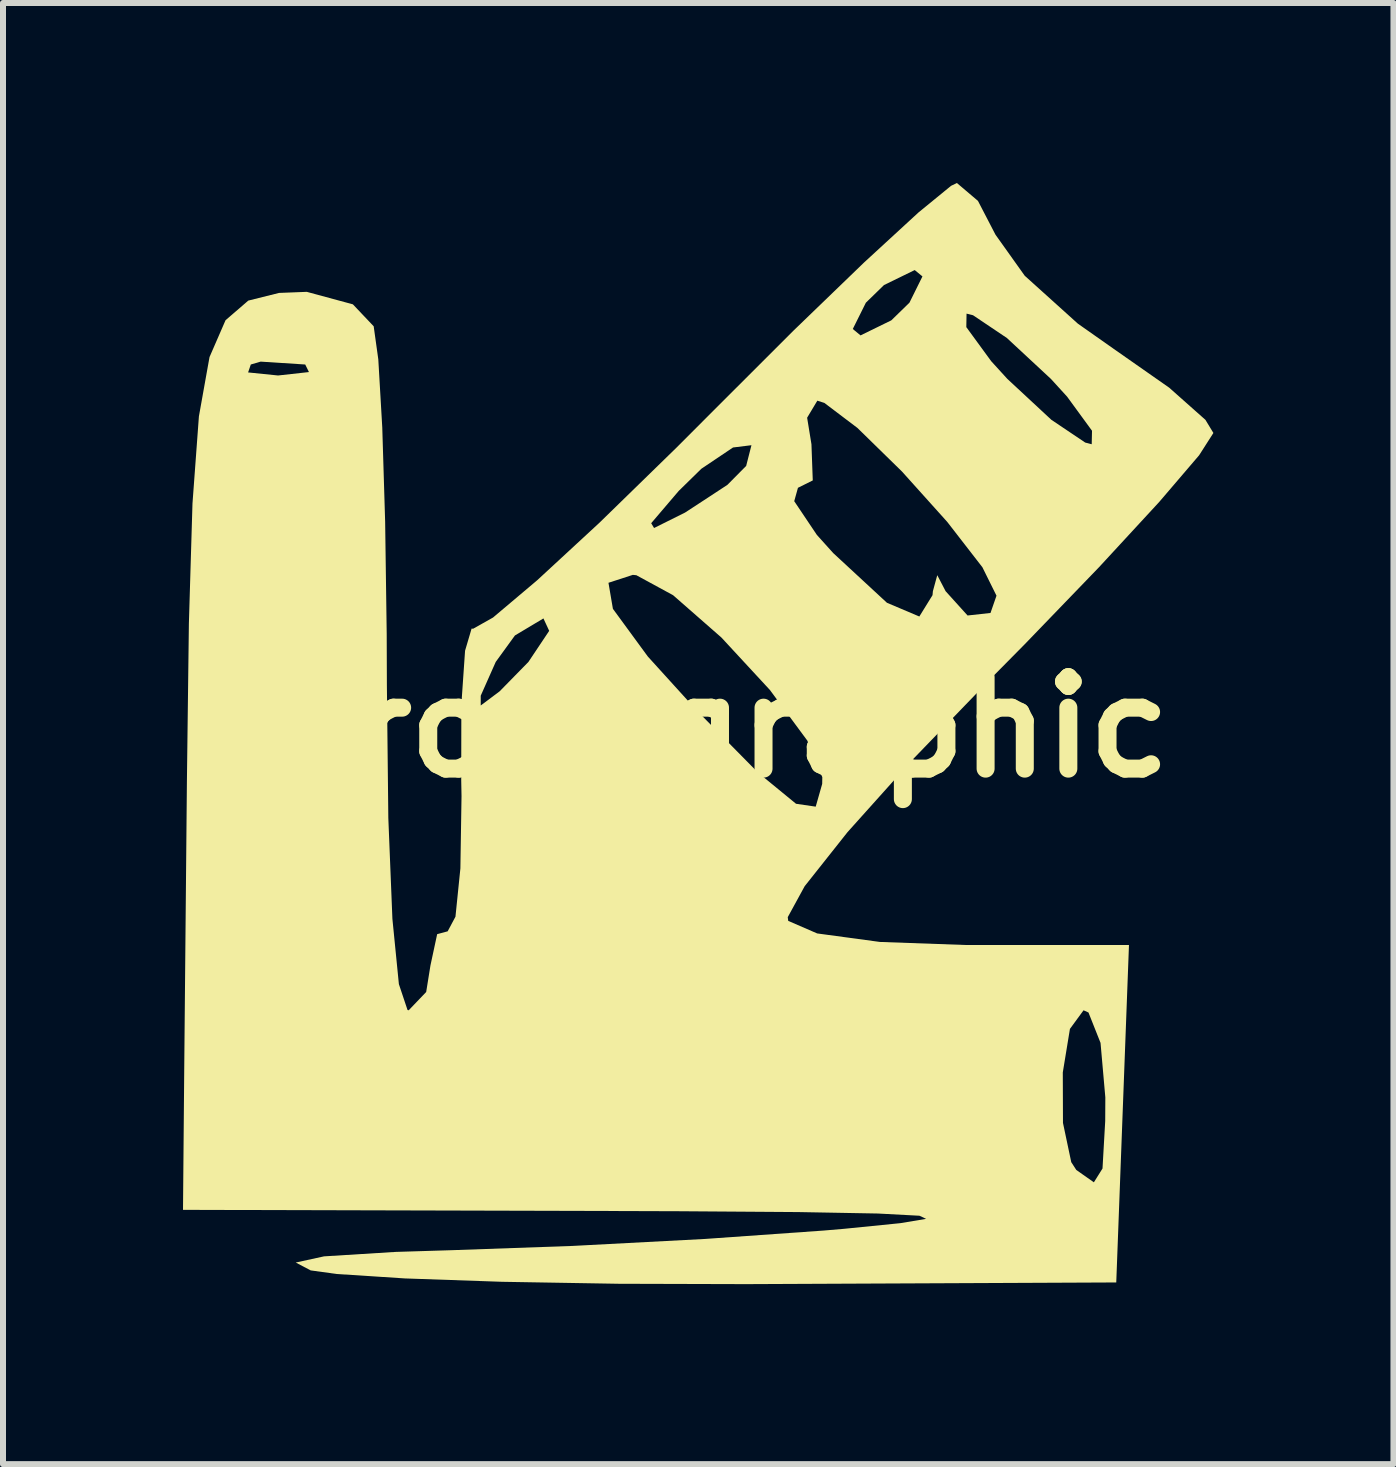
<source format=kicad_pcb>
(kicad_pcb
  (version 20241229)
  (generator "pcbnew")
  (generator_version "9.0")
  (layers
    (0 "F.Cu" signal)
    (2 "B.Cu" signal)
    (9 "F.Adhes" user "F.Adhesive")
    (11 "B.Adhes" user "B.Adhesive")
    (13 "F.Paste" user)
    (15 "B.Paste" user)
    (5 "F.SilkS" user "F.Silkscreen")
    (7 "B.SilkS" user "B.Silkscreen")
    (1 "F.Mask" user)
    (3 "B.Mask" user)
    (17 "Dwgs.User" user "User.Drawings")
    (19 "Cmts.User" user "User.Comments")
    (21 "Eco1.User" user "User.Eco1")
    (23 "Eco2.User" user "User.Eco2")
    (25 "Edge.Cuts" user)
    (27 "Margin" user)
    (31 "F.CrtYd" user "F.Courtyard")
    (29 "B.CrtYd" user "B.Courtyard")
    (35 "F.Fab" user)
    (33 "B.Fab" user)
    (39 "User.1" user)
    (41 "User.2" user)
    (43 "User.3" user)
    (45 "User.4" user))
  (footprint "arrow_graphic"
    (layer "F.Cu")
    (at 8.478 9.071)
    (property "Reference" "arrow_graphic" (at 0 0 0) (layer "F.SilkS") (effects (font (size 1.524 1.524) (thickness 0.3))))
    (attr board_only exclude_from_pos_files exclude_from_bom)
    (fp_poly (pts (xy 4.771 -8.773) (xy 5.063 -8.21) (xy 5.551 -7.525) (xy 6.436 -6.727) (xy 7.036 -6.305) (xy 7.958 -5.66) (xy 8.562 -5.124) (xy 8.695 -4.905) (xy 8.457 -4.533) (xy 7.791 -3.754) (xy 6.791 -2.67) (xy 5.548 -1.381) (xy 5.035 -0.862) (xy 3.673 0.548) (xy 2.598 1.747) (xy 1.883 2.649) (xy 1.601 3.165) (xy 1.609 3.227) (xy 2.091 3.436) (xy 3.138 3.578) (xy 4.572 3.629) (xy 7.288 3.629) (xy 7.182 6.441) (xy 7.076 9.253) (xy 0.907 9.281) (xy -1.218 9.275) (xy -3.162 9.242) (xy -4.777 9.186) (xy -5.916 9.112) (xy -6.35 9.052) (xy -6.599 8.921) (xy -6.127 8.818) (xy -4.936 8.744) (xy -3.991 8.715) (xy -1.982 8.644) (xy 0.22 8.528) (xy 2.199 8.388) (xy 2.54 8.359) (xy 3.475 8.265) (xy 3.907 8.193) (xy 3.796 8.141) (xy 3.101 8.104) (xy 1.782 8.08) (xy -0.202 8.066) (xy -1.427 8.062) (xy -8.478 8.043) (xy -8.458 5.753) (xy 6.185 5.753) (xy 6.188 6.594) (xy 6.326 7.248) (xy 6.41 7.378) (xy 6.703 7.584) (xy 6.847 7.354) (xy 6.892 6.562) (xy 6.894 6.169) (xy 6.814 5.26) (xy 6.613 4.754) (xy 6.531 4.717) (xy 6.304 5.027) (xy 6.185 5.753) (xy -8.458 5.753) (xy -8.413 0.912) (xy -8.38 -1.727) (xy -8.32 -3.729) (xy -8.213 -5.181) (xy -8.082 -5.914) (xy -7.393 -5.914) (xy -6.894 -5.863) (xy -6.379 -5.92) (xy -6.441 -6.046) (xy -7.184 -6.094) (xy -7.348 -6.046) (xy -7.393 -5.914) (xy -8.082 -5.914) (xy -8.036 -6.17) (xy -7.769 -6.784) (xy -7.39 -7.111) (xy -6.877 -7.239) (xy -6.415 -7.257) (xy -5.647 -7.049) (xy -5.3 -6.683) (xy -5.223 -6.131) (xy -5.157 -4.997) (xy -5.109 -3.426) (xy -5.083 -1.561) (xy -5.08 -0.696) (xy -5.056 1.514) (xy -4.988 3.194) (xy -4.88 4.281) (xy -4.736 4.712) (xy -4.717 4.717) (xy -4.425 4.412) (xy -4.354 3.97) (xy -4.242 3.448) (xy -4.067 3.401) (xy -3.937 3.157) (xy -3.855 2.352) (xy -3.836 1.147) (xy -3.841 0.888) (xy -3.839 -0.363) (xy -3.516 -0.363) (xy -3.2 -0.6) (xy -2.721 -1.089) (xy -2.375 -1.607) (xy -2.471 -1.814) (xy -2.946 -1.53) (xy -3.266 -1.089) (xy -3.516 -0.526) (xy -3.516 -0.363) (xy -3.839 -0.363) (xy -3.839 -0.377) (xy -3.777 -1.276) (xy -3.668 -1.645) (xy -3.643 -1.642) (xy -3.311 -1.829) (xy -2.625 -2.408) (xy -1.387 -2.408) (xy -1.313 -1.974) (xy -0.731 -1.179) (xy 0.091 -0.273) (xy 1.107 0.757) (xy 1.739 1.275) (xy 2.067 1.323) (xy 2.175 0.944) (xy 2.177 0.832) (xy 1.927 0.222) (xy 1.304 -0.621) (xy 0.495 -1.496) (xy -0.31 -2.201) (xy -0.922 -2.534) (xy -0.981 -2.54) (xy -1.387 -2.408) (xy -2.625 -2.408) (xy -2.572 -2.453) (xy -1.546 -3.401) (xy -0.675 -3.401) (xy -0.627 -3.321) (xy -0.111 -3.578) (xy 0.18 -3.768) (xy 1.709 -3.768) (xy 2.087 -3.205) (xy 2.359 -2.903) (xy 3.254 -2.075) (xy 3.794 -1.846) (xy 4.014 -2.202) (xy 4.02 -2.268) (xy 4.093 -2.535) (xy 4.232 -2.268) (xy 4.598 -1.863) (xy 4.98 -1.905) (xy 5.08 -2.193) (xy 4.845 -2.667) (xy 4.259 -3.423) (xy 3.505 -4.262) (xy 2.762 -4.989) (xy 2.211 -5.406) (xy 2.094 -5.443) (xy 1.924 -5.159) (xy 1.996 -4.717) (xy 2.018 -4.114) (xy 1.771 -3.991) (xy 1.709 -3.768) (xy 0.18 -3.768) (xy 0.595 -4.04) (xy 0.908 -4.356) (xy 0.996 -4.701) (xy 0.689 -4.663) (xy 0.162 -4.309) (xy -0.216 -3.939) (xy -0.675 -3.401) (xy -1.546 -3.401) (xy -1.52 -3.426) (xy -0.252 -4.662) (xy 0.361 -5.276) (xy 1.702 -6.616) (xy 1.725 -6.638) (xy 2.685 -6.638) (xy 2.814 -6.531) (xy 3.096 -6.669) (xy 4.577 -6.669) (xy 4.992 -6.101) (xy 5.261 -5.806) (xy 5.995 -5.124) (xy 6.559 -4.745) (xy 6.667 -4.717) (xy 6.672 -4.942) (xy 6.257 -5.51) (xy 5.987 -5.806) (xy 5.253 -6.488) (xy 4.689 -6.867) (xy 4.581 -6.894) (xy 4.577 -6.669) (xy 3.096 -6.669) (xy 3.327 -6.782) (xy 3.629 -7.076) (xy 3.846 -7.514) (xy 3.717 -7.62) (xy 3.205 -7.37) (xy 2.903 -7.076) (xy 2.685 -6.638) (xy 1.725 -6.638) (xy 2.875 -7.748) (xy 3.781 -8.581) (xy 4.323 -9.024) (xy 4.42 -9.071)) (stroke (width 0) (type solid)) (fill yes) (layer "F.SilkS")))
  (gr_rect
    (start -3 -3)
    (end 20.174 21.352)
    (stroke (width 0.1) (type default))
    (fill no)
    (layer "Edge.Cuts")))
</source>
